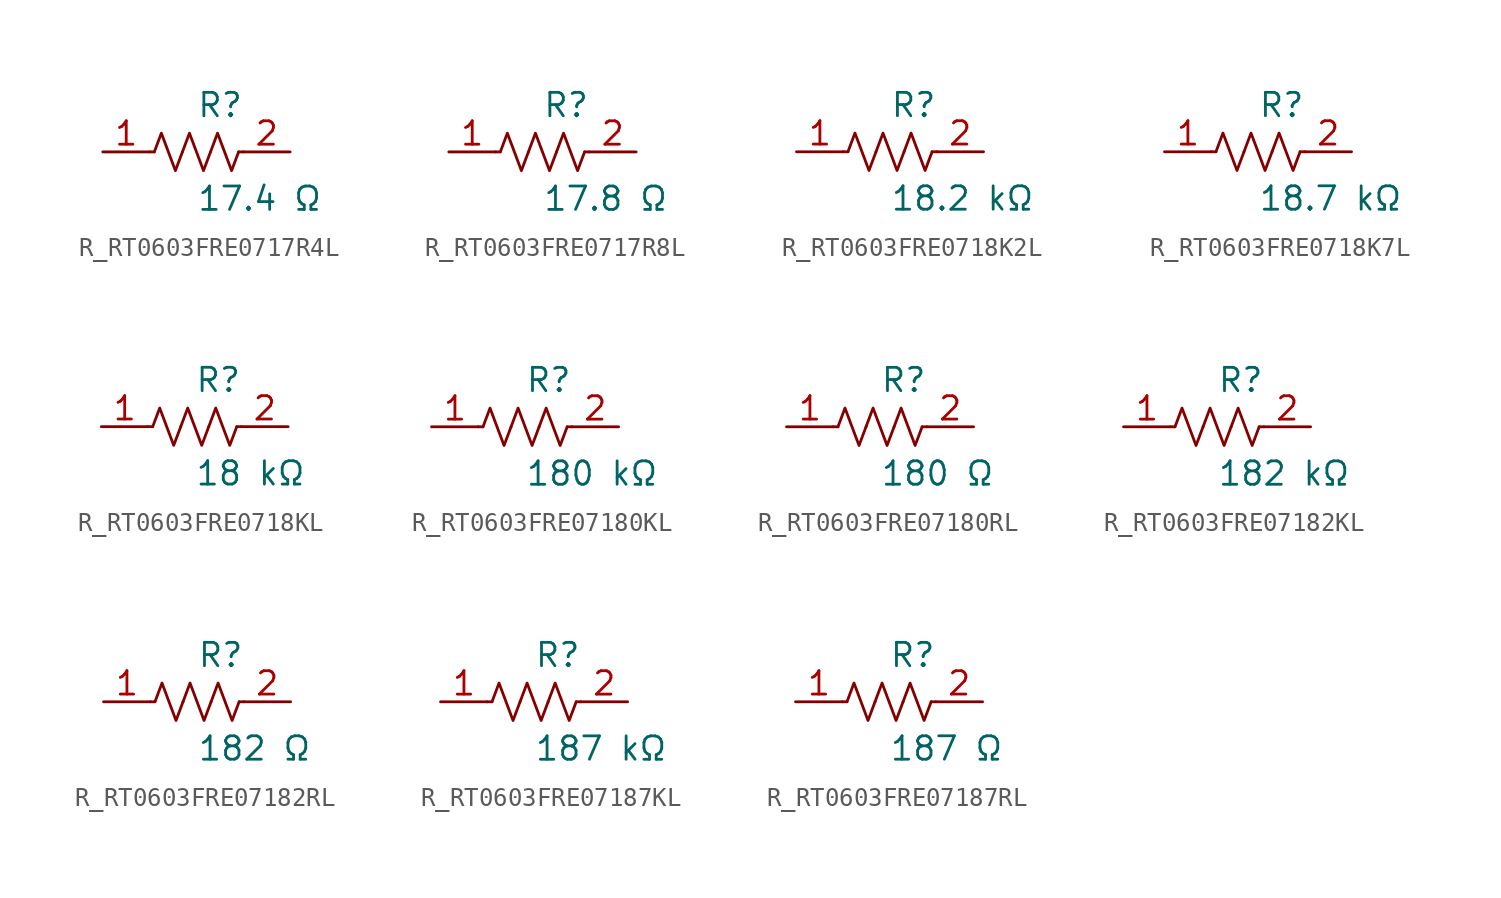
<source format=kicad_sym>
(kicad_symbol_lib
  (version 20231120)
  (generator kicad_symbol_editor)
  (generator_version 8.0)
  (symbol "R_RT0603FRE0717R4L"
    (pin_names
      (offset 0.254))
    (property "Reference" "R"
      (at 0.0 2.54 0)
      (effects (font (size 1.27 1.27)) (justify left)))
    (property "Value" "17.4 Ω"
      (at 0.0 -2.54 0)
      (effects (font (size 1.27 1.27)) (justify left)))
    (symbol "R_RT0603FRE0717R4L_0_1"
      (polyline (pts (xy 2.286 0) (xy 2.54 0)) (stroke (width 0) (type default)) (fill (type none)))
      (polyline (pts (xy -2.286 0) (xy -2.54 0)) (stroke (width 0) (type default)) (fill (type none)))
      (polyline (pts (xy 0.762 0) (xy 1.143 1.016) (xy 1.524 0) (xy 1.905 -1.016) (xy 2.286 0)) (stroke (width 0) (type default)) (fill (type none)))
      (polyline (pts (xy -0.762 0) (xy -0.381 1.016) (xy 0 0) (xy 0.381 -1.016) (xy 0.762 0)) (stroke (width 0) (type default)) (fill (type none)))
      (polyline (pts (xy -2.286 0) (xy -1.905 1.016) (xy -1.524 0) (xy -1.143 -1.016) (xy -0.762 0)) (stroke (width 0) (type default)) (fill (type none))))
    (pin unspecified line
      (at -5.08 0 0)
      (length 2.54)
      (name "" (effects (font (size 1.27 1.27))))
      (number "1" (effects (font (size 1.27 1.27)))))
    (pin unspecified line
      (at 5.08 0 180)
      (length 2.54)
      (name "" (effects (font (size 1.27 1.27))))
      (number "2" (effects (font (size 1.27 1.27))))))
  (symbol "R_RT0603FRE0717R8L"
    (pin_names
      (offset 0.254))
    (property "Reference" "R"
      (at 0.0 2.54 0)
      (effects (font (size 1.27 1.27)) (justify left)))
    (property "Value" "17.8 Ω"
      (at 0.0 -2.54 0)
      (effects (font (size 1.27 1.27)) (justify left)))
    (symbol "R_RT0603FRE0717R8L_0_1"
      (polyline (pts (xy 2.286 0) (xy 2.54 0)) (stroke (width 0) (type default)) (fill (type none)))
      (polyline (pts (xy -2.286 0) (xy -2.54 0)) (stroke (width 0) (type default)) (fill (type none)))
      (polyline (pts (xy 0.762 0) (xy 1.143 1.016) (xy 1.524 0) (xy 1.905 -1.016) (xy 2.286 0)) (stroke (width 0) (type default)) (fill (type none)))
      (polyline (pts (xy -0.762 0) (xy -0.381 1.016) (xy 0 0) (xy 0.381 -1.016) (xy 0.762 0)) (stroke (width 0) (type default)) (fill (type none)))
      (polyline (pts (xy -2.286 0) (xy -1.905 1.016) (xy -1.524 0) (xy -1.143 -1.016) (xy -0.762 0)) (stroke (width 0) (type default)) (fill (type none))))
    (pin unspecified line
      (at -5.08 0 0)
      (length 2.54)
      (name "" (effects (font (size 1.27 1.27))))
      (number "1" (effects (font (size 1.27 1.27)))))
    (pin unspecified line
      (at 5.08 0 180)
      (length 2.54)
      (name "" (effects (font (size 1.27 1.27))))
      (number "2" (effects (font (size 1.27 1.27))))))
  (symbol "R_RT0603FRE0718K2L"
    (pin_names
      (offset 0.254))
    (property "Reference" "R"
      (at 0.0 2.54 0)
      (effects (font (size 1.27 1.27)) (justify left)))
    (property "Value" "18.2 kΩ"
      (at 0.0 -2.54 0)
      (effects (font (size 1.27 1.27)) (justify left)))
    (symbol "R_RT0603FRE0718K2L_0_1"
      (polyline (pts (xy 2.286 0) (xy 2.54 0)) (stroke (width 0) (type default)) (fill (type none)))
      (polyline (pts (xy -2.286 0) (xy -2.54 0)) (stroke (width 0) (type default)) (fill (type none)))
      (polyline (pts (xy 0.762 0) (xy 1.143 1.016) (xy 1.524 0) (xy 1.905 -1.016) (xy 2.286 0)) (stroke (width 0) (type default)) (fill (type none)))
      (polyline (pts (xy -0.762 0) (xy -0.381 1.016) (xy 0 0) (xy 0.381 -1.016) (xy 0.762 0)) (stroke (width 0) (type default)) (fill (type none)))
      (polyline (pts (xy -2.286 0) (xy -1.905 1.016) (xy -1.524 0) (xy -1.143 -1.016) (xy -0.762 0)) (stroke (width 0) (type default)) (fill (type none))))
    (pin unspecified line
      (at -5.08 0 0)
      (length 2.54)
      (name "" (effects (font (size 1.27 1.27))))
      (number "1" (effects (font (size 1.27 1.27)))))
    (pin unspecified line
      (at 5.08 0 180)
      (length 2.54)
      (name "" (effects (font (size 1.27 1.27))))
      (number "2" (effects (font (size 1.27 1.27))))))
  (symbol "R_RT0603FRE0718K7L"
    (pin_names
      (offset 0.254))
    (property "Reference" "R"
      (at 0.0 2.54 0)
      (effects (font (size 1.27 1.27)) (justify left)))
    (property "Value" "18.7 kΩ"
      (at 0.0 -2.54 0)
      (effects (font (size 1.27 1.27)) (justify left)))
    (symbol "R_RT0603FRE0718K7L_0_1"
      (polyline (pts (xy 2.286 0) (xy 2.54 0)) (stroke (width 0) (type default)) (fill (type none)))
      (polyline (pts (xy -2.286 0) (xy -2.54 0)) (stroke (width 0) (type default)) (fill (type none)))
      (polyline (pts (xy 0.762 0) (xy 1.143 1.016) (xy 1.524 0) (xy 1.905 -1.016) (xy 2.286 0)) (stroke (width 0) (type default)) (fill (type none)))
      (polyline (pts (xy -0.762 0) (xy -0.381 1.016) (xy 0 0) (xy 0.381 -1.016) (xy 0.762 0)) (stroke (width 0) (type default)) (fill (type none)))
      (polyline (pts (xy -2.286 0) (xy -1.905 1.016) (xy -1.524 0) (xy -1.143 -1.016) (xy -0.762 0)) (stroke (width 0) (type default)) (fill (type none))))
    (pin unspecified line
      (at -5.08 0 0)
      (length 2.54)
      (name "" (effects (font (size 1.27 1.27))))
      (number "1" (effects (font (size 1.27 1.27)))))
    (pin unspecified line
      (at 5.08 0 180)
      (length 2.54)
      (name "" (effects (font (size 1.27 1.27))))
      (number "2" (effects (font (size 1.27 1.27))))))
  (symbol "R_RT0603FRE0718KL"
    (pin_names
      (offset 0.254))
    (property "Reference" "R"
      (at 0.0 2.54 0)
      (effects (font (size 1.27 1.27)) (justify left)))
    (property "Value" "18 kΩ"
      (at 0.0 -2.54 0)
      (effects (font (size 1.27 1.27)) (justify left)))
    (symbol "R_RT0603FRE0718KL_0_1"
      (polyline (pts (xy 2.286 0) (xy 2.54 0)) (stroke (width 0) (type default)) (fill (type none)))
      (polyline (pts (xy -2.286 0) (xy -2.54 0)) (stroke (width 0) (type default)) (fill (type none)))
      (polyline (pts (xy 0.762 0) (xy 1.143 1.016) (xy 1.524 0) (xy 1.905 -1.016) (xy 2.286 0)) (stroke (width 0) (type default)) (fill (type none)))
      (polyline (pts (xy -0.762 0) (xy -0.381 1.016) (xy 0 0) (xy 0.381 -1.016) (xy 0.762 0)) (stroke (width 0) (type default)) (fill (type none)))
      (polyline (pts (xy -2.286 0) (xy -1.905 1.016) (xy -1.524 0) (xy -1.143 -1.016) (xy -0.762 0)) (stroke (width 0) (type default)) (fill (type none))))
    (pin unspecified line
      (at -5.08 0 0)
      (length 2.54)
      (name "" (effects (font (size 1.27 1.27))))
      (number "1" (effects (font (size 1.27 1.27)))))
    (pin unspecified line
      (at 5.08 0 180)
      (length 2.54)
      (name "" (effects (font (size 1.27 1.27))))
      (number "2" (effects (font (size 1.27 1.27))))))
  (symbol "R_RT0603FRE07180KL"
    (pin_names
      (offset 0.254))
    (property "Reference" "R"
      (at 0.0 2.54 0)
      (effects (font (size 1.27 1.27)) (justify left)))
    (property "Value" "180 kΩ"
      (at 0.0 -2.54 0)
      (effects (font (size 1.27 1.27)) (justify left)))
    (symbol "R_RT0603FRE07180KL_0_1"
      (polyline (pts (xy 2.286 0) (xy 2.54 0)) (stroke (width 0) (type default)) (fill (type none)))
      (polyline (pts (xy -2.286 0) (xy -2.54 0)) (stroke (width 0) (type default)) (fill (type none)))
      (polyline (pts (xy 0.762 0) (xy 1.143 1.016) (xy 1.524 0) (xy 1.905 -1.016) (xy 2.286 0)) (stroke (width 0) (type default)) (fill (type none)))
      (polyline (pts (xy -0.762 0) (xy -0.381 1.016) (xy 0 0) (xy 0.381 -1.016) (xy 0.762 0)) (stroke (width 0) (type default)) (fill (type none)))
      (polyline (pts (xy -2.286 0) (xy -1.905 1.016) (xy -1.524 0) (xy -1.143 -1.016) (xy -0.762 0)) (stroke (width 0) (type default)) (fill (type none))))
    (pin unspecified line
      (at -5.08 0 0)
      (length 2.54)
      (name "" (effects (font (size 1.27 1.27))))
      (number "1" (effects (font (size 1.27 1.27)))))
    (pin unspecified line
      (at 5.08 0 180)
      (length 2.54)
      (name "" (effects (font (size 1.27 1.27))))
      (number "2" (effects (font (size 1.27 1.27))))))
  (symbol "R_RT0603FRE07180RL"
    (pin_names
      (offset 0.254))
    (property "Reference" "R"
      (at 0.0 2.54 0)
      (effects (font (size 1.27 1.27)) (justify left)))
    (property "Value" "180 Ω"
      (at 0.0 -2.54 0)
      (effects (font (size 1.27 1.27)) (justify left)))
    (symbol "R_RT0603FRE07180RL_0_1"
      (polyline (pts (xy 2.286 0) (xy 2.54 0)) (stroke (width 0) (type default)) (fill (type none)))
      (polyline (pts (xy -2.286 0) (xy -2.54 0)) (stroke (width 0) (type default)) (fill (type none)))
      (polyline (pts (xy 0.762 0) (xy 1.143 1.016) (xy 1.524 0) (xy 1.905 -1.016) (xy 2.286 0)) (stroke (width 0) (type default)) (fill (type none)))
      (polyline (pts (xy -0.762 0) (xy -0.381 1.016) (xy 0 0) (xy 0.381 -1.016) (xy 0.762 0)) (stroke (width 0) (type default)) (fill (type none)))
      (polyline (pts (xy -2.286 0) (xy -1.905 1.016) (xy -1.524 0) (xy -1.143 -1.016) (xy -0.762 0)) (stroke (width 0) (type default)) (fill (type none))))
    (pin unspecified line
      (at -5.08 0 0)
      (length 2.54)
      (name "" (effects (font (size 1.27 1.27))))
      (number "1" (effects (font (size 1.27 1.27)))))
    (pin unspecified line
      (at 5.08 0 180)
      (length 2.54)
      (name "" (effects (font (size 1.27 1.27))))
      (number "2" (effects (font (size 1.27 1.27))))))
  (symbol "R_RT0603FRE07182KL"
    (pin_names
      (offset 0.254))
    (property "Reference" "R"
      (at 0.0 2.54 0)
      (effects (font (size 1.27 1.27)) (justify left)))
    (property "Value" "182 kΩ"
      (at 0.0 -2.54 0)
      (effects (font (size 1.27 1.27)) (justify left)))
    (symbol "R_RT0603FRE07182KL_0_1"
      (polyline (pts (xy 2.286 0) (xy 2.54 0)) (stroke (width 0) (type default)) (fill (type none)))
      (polyline (pts (xy -2.286 0) (xy -2.54 0)) (stroke (width 0) (type default)) (fill (type none)))
      (polyline (pts (xy 0.762 0) (xy 1.143 1.016) (xy 1.524 0) (xy 1.905 -1.016) (xy 2.286 0)) (stroke (width 0) (type default)) (fill (type none)))
      (polyline (pts (xy -0.762 0) (xy -0.381 1.016) (xy 0 0) (xy 0.381 -1.016) (xy 0.762 0)) (stroke (width 0) (type default)) (fill (type none)))
      (polyline (pts (xy -2.286 0) (xy -1.905 1.016) (xy -1.524 0) (xy -1.143 -1.016) (xy -0.762 0)) (stroke (width 0) (type default)) (fill (type none))))
    (pin unspecified line
      (at -5.08 0 0)
      (length 2.54)
      (name "" (effects (font (size 1.27 1.27))))
      (number "1" (effects (font (size 1.27 1.27)))))
    (pin unspecified line
      (at 5.08 0 180)
      (length 2.54)
      (name "" (effects (font (size 1.27 1.27))))
      (number "2" (effects (font (size 1.27 1.27))))))
  (symbol "R_RT0603FRE07182RL"
    (pin_names
      (offset 0.254))
    (property "Reference" "R"
      (at 0.0 2.54 0)
      (effects (font (size 1.27 1.27)) (justify left)))
    (property "Value" "182 Ω"
      (at 0.0 -2.54 0)
      (effects (font (size 1.27 1.27)) (justify left)))
    (symbol "R_RT0603FRE07182RL_0_1"
      (polyline (pts (xy 2.286 0) (xy 2.54 0)) (stroke (width 0) (type default)) (fill (type none)))
      (polyline (pts (xy -2.286 0) (xy -2.54 0)) (stroke (width 0) (type default)) (fill (type none)))
      (polyline (pts (xy 0.762 0) (xy 1.143 1.016) (xy 1.524 0) (xy 1.905 -1.016) (xy 2.286 0)) (stroke (width 0) (type default)) (fill (type none)))
      (polyline (pts (xy -0.762 0) (xy -0.381 1.016) (xy 0 0) (xy 0.381 -1.016) (xy 0.762 0)) (stroke (width 0) (type default)) (fill (type none)))
      (polyline (pts (xy -2.286 0) (xy -1.905 1.016) (xy -1.524 0) (xy -1.143 -1.016) (xy -0.762 0)) (stroke (width 0) (type default)) (fill (type none))))
    (pin unspecified line
      (at -5.08 0 0)
      (length 2.54)
      (name "" (effects (font (size 1.27 1.27))))
      (number "1" (effects (font (size 1.27 1.27)))))
    (pin unspecified line
      (at 5.08 0 180)
      (length 2.54)
      (name "" (effects (font (size 1.27 1.27))))
      (number "2" (effects (font (size 1.27 1.27))))))
  (symbol "R_RT0603FRE07187KL"
    (pin_names
      (offset 0.254))
    (property "Reference" "R"
      (at 0.0 2.54 0)
      (effects (font (size 1.27 1.27)) (justify left)))
    (property "Value" "187 kΩ"
      (at 0.0 -2.54 0)
      (effects (font (size 1.27 1.27)) (justify left)))
    (symbol "R_RT0603FRE07187KL_0_1"
      (polyline (pts (xy 2.286 0) (xy 2.54 0)) (stroke (width 0) (type default)) (fill (type none)))
      (polyline (pts (xy -2.286 0) (xy -2.54 0)) (stroke (width 0) (type default)) (fill (type none)))
      (polyline (pts (xy 0.762 0) (xy 1.143 1.016) (xy 1.524 0) (xy 1.905 -1.016) (xy 2.286 0)) (stroke (width 0) (type default)) (fill (type none)))
      (polyline (pts (xy -0.762 0) (xy -0.381 1.016) (xy 0 0) (xy 0.381 -1.016) (xy 0.762 0)) (stroke (width 0) (type default)) (fill (type none)))
      (polyline (pts (xy -2.286 0) (xy -1.905 1.016) (xy -1.524 0) (xy -1.143 -1.016) (xy -0.762 0)) (stroke (width 0) (type default)) (fill (type none))))
    (pin unspecified line
      (at -5.08 0 0)
      (length 2.54)
      (name "" (effects (font (size 1.27 1.27))))
      (number "1" (effects (font (size 1.27 1.27)))))
    (pin unspecified line
      (at 5.08 0 180)
      (length 2.54)
      (name "" (effects (font (size 1.27 1.27))))
      (number "2" (effects (font (size 1.27 1.27))))))
  (symbol "R_RT0603FRE07187RL"
    (pin_names
      (offset 0.254))
    (property "Reference" "R"
      (at 0.0 2.54 0)
      (effects (font (size 1.27 1.27)) (justify left)))
    (property "Value" "187 Ω"
      (at 0.0 -2.54 0)
      (effects (font (size 1.27 1.27)) (justify left)))
    (symbol "R_RT0603FRE07187RL_0_1"
      (polyline (pts (xy 2.286 0) (xy 2.54 0)) (stroke (width 0) (type default)) (fill (type none)))
      (polyline (pts (xy -2.286 0) (xy -2.54 0)) (stroke (width 0) (type default)) (fill (type none)))
      (polyline (pts (xy 0.762 0) (xy 1.143 1.016) (xy 1.524 0) (xy 1.905 -1.016) (xy 2.286 0)) (stroke (width 0) (type default)) (fill (type none)))
      (polyline (pts (xy -0.762 0) (xy -0.381 1.016) (xy 0 0) (xy 0.381 -1.016) (xy 0.762 0)) (stroke (width 0) (type default)) (fill (type none)))
      (polyline (pts (xy -2.286 0) (xy -1.905 1.016) (xy -1.524 0) (xy -1.143 -1.016) (xy -0.762 0)) (stroke (width 0) (type default)) (fill (type none))))
    (pin unspecified line
      (at -5.08 0 0)
      (length 2.54)
      (name "" (effects (font (size 1.27 1.27))))
      (number "1" (effects (font (size 1.27 1.27)))))
    (pin unspecified line
      (at 5.08 0 180)
      (length 2.54)
      (name "" (effects (font (size 1.27 1.27))))
      (number "2" (effects (font (size 1.27 1.27)))))))
</source>
